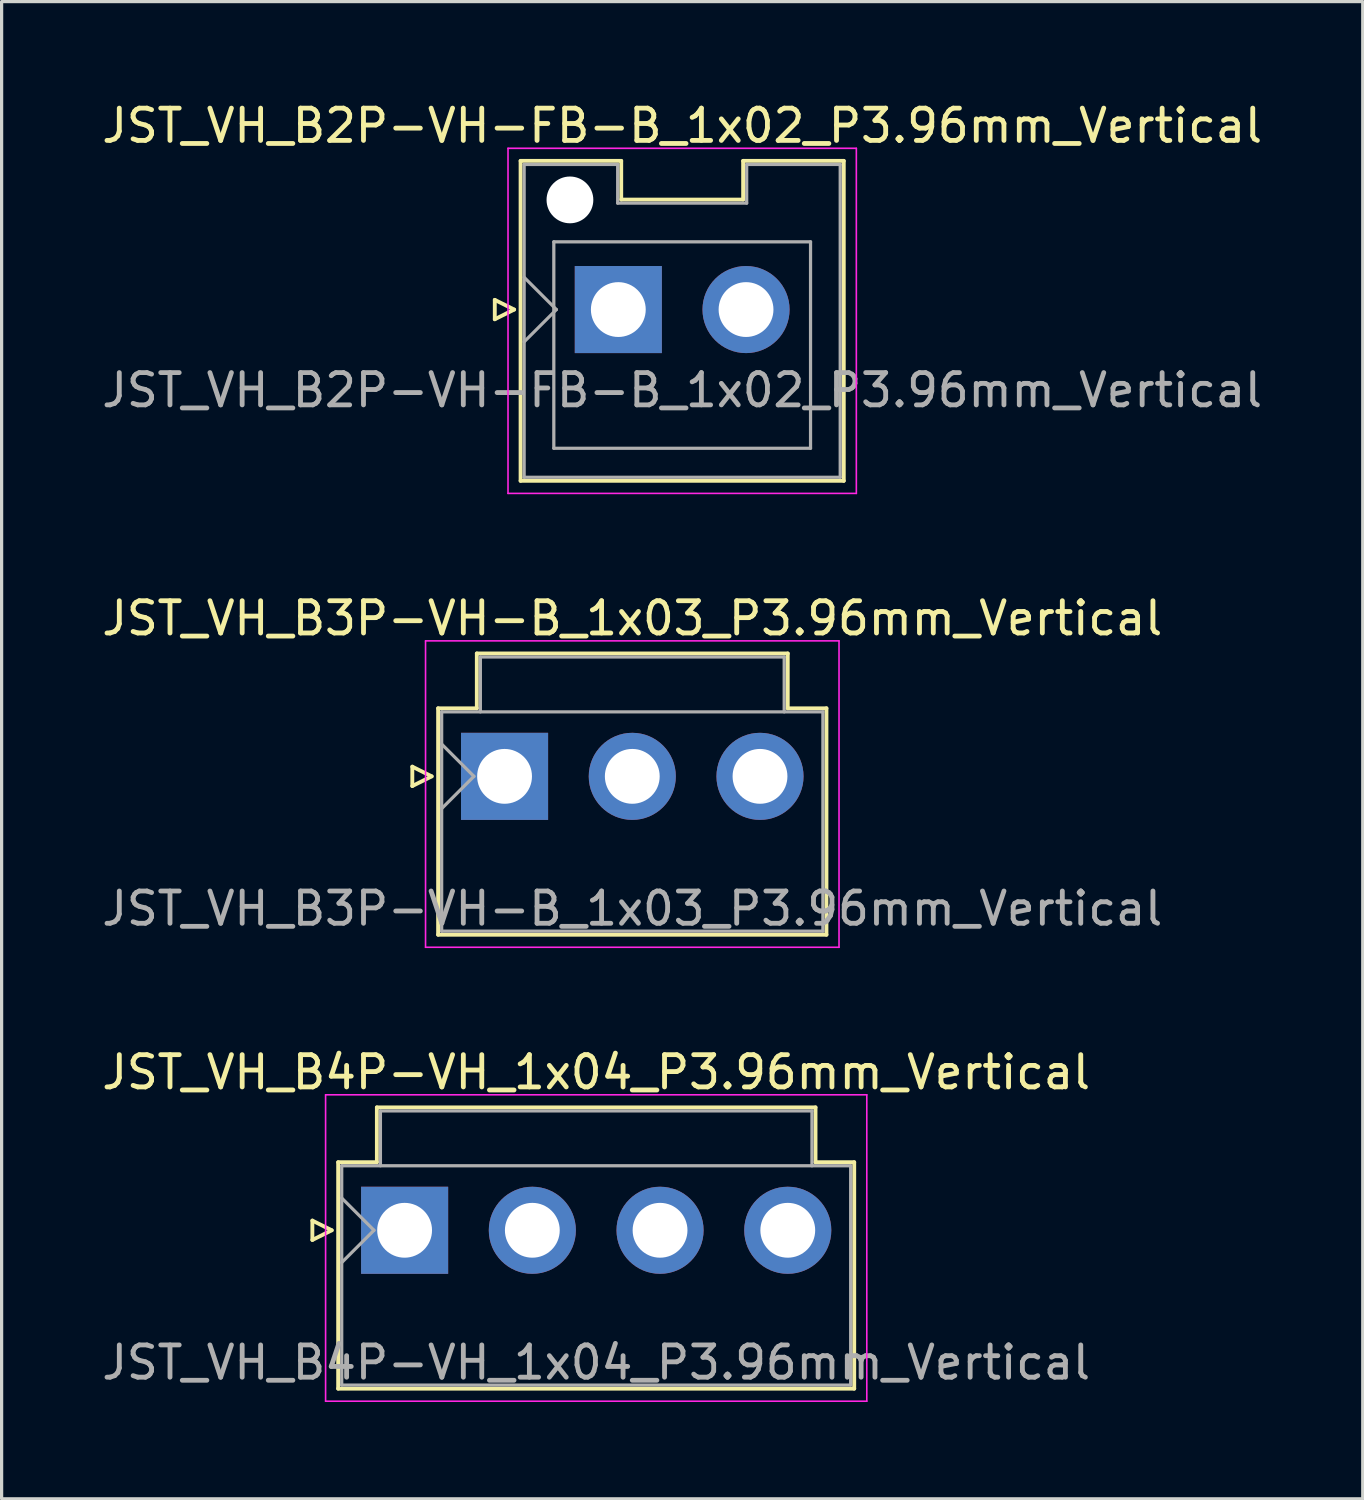
<source format=kicad_pcb>
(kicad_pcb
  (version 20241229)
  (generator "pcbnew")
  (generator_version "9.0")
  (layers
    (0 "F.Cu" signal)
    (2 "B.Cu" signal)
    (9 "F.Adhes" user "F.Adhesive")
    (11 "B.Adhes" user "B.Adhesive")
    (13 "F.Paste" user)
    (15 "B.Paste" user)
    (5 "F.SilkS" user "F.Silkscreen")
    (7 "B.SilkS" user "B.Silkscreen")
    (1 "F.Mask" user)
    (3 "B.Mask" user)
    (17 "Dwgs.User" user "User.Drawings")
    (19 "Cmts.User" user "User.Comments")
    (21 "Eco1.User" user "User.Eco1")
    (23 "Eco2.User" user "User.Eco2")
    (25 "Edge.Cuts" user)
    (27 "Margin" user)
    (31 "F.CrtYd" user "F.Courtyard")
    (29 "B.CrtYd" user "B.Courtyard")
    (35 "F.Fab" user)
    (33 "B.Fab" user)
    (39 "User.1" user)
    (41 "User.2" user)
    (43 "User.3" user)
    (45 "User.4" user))
  (footprint "JST_VH_B4P-VH_1x04_P3.96mm_Vertical"
    (layer "F.Cu")
    (at 9.495 35.095)
    (property "Reference" "JST_VH_B4P-VH_1x04_P3.96mm_Vertical" (at 5.94 -4.9 0) (layer "F.SilkS") (effects (font (size 1 1) (thickness 0.15))))
    (attr through_hole)
    (fp_line (start -2.86 -0.3) (end -2.26 0) (stroke (width 0.12) (type solid)) (layer "F.SilkS"))
    (fp_line (start -2.86 0.3) (end -2.86 -0.3) (stroke (width 0.12) (type solid)) (layer "F.SilkS"))
    (fp_line (start -2.26 0) (end -2.86 0.3) (stroke (width 0.12) (type solid)) (layer "F.SilkS"))
    (fp_line (start -2.06 -2.11) (end -0.86 -2.11) (stroke (width 0.12) (type solid)) (layer "F.SilkS"))
    (fp_line (start -2.06 4.91) (end -2.06 -2.11) (stroke (width 0.12) (type solid)) (layer "F.SilkS"))
    (fp_line (start -0.86 -3.81) (end 12.74 -3.81) (stroke (width 0.12) (type solid)) (layer "F.SilkS"))
    (fp_line (start -0.86 -2.11) (end -0.86 -3.81) (stroke (width 0.12) (type solid)) (layer "F.SilkS"))
    (fp_line (start 12.74 -3.81) (end 12.74 -2.11) (stroke (width 0.12) (type solid)) (layer "F.SilkS"))
    (fp_line (start 12.74 -2.11) (end 13.94 -2.11) (stroke (width 0.12) (type solid)) (layer "F.SilkS"))
    (fp_line (start 13.94 -2.11) (end 13.94 4.91) (stroke (width 0.12) (type solid)) (layer "F.SilkS"))
    (fp_line (start 13.94 4.91) (end -2.06 4.91) (stroke (width 0.12) (type solid)) (layer "F.SilkS"))
    (fp_line (start -2.45 -4.2) (end -2.45 5.3) (stroke (width 0.05) (type solid)) (layer "F.CrtYd"))
    (fp_line (start -2.45 5.3) (end 14.33 5.3) (stroke (width 0.05) (type solid)) (layer "F.CrtYd"))
    (fp_line (start 14.33 -4.2) (end -2.45 -4.2) (stroke (width 0.05) (type solid)) (layer "F.CrtYd"))
    (fp_line (start 14.33 5.3) (end 14.33 -4.2) (stroke (width 0.05) (type solid)) (layer "F.CrtYd"))
    (fp_line (start -1.95 -2) (end -1.95 4.8) (stroke (width 0.1) (type solid)) (layer "F.Fab"))
    (fp_line (start -1.95 -1) (end -0.95 0) (stroke (width 0.1) (type solid)) (layer "F.Fab"))
    (fp_line (start -1.95 1) (end -0.95 0) (stroke (width 0.1) (type solid)) (layer "F.Fab"))
    (fp_line (start -1.95 4.8) (end 13.83 4.8) (stroke (width 0.1) (type solid)) (layer "F.Fab"))
    (fp_line (start -0.75 -3.7) (end 12.63 -3.7) (stroke (width 0.1) (type solid)) (layer "F.Fab"))
    (fp_line (start -0.75 -2) (end -0.75 -3.7) (stroke (width 0.1) (type solid)) (layer "F.Fab"))
    (fp_line (start 12.63 -3.7) (end 12.63 -2) (stroke (width 0.1) (type solid)) (layer "F.Fab"))
    (fp_line (start 13.83 -2) (end -1.95 -2) (stroke (width 0.1) (type solid)) (layer "F.Fab"))
    (fp_line (start 13.83 4.8) (end 13.83 -2) (stroke (width 0.1) (type solid)) (layer "F.Fab"))
    (fp_text user "${REFERENCE}" (at 5.94 4.1 0) (layer "F.Fab") (effects (font (size 1 1) (thickness 0.15))))
    (pad "1" thru_hole rect (at 0 0) (size 2.7 2.7) (drill 1.7) (layers "*.Cu" "*.Mask"))
    (pad "2" thru_hole circle (at 3.96 0) (size 2.7 2.7) (drill 1.7) (layers "*.Cu" "*.Mask"))
    (pad "3" thru_hole circle (at 7.92 0) (size 2.7 2.7) (drill 1.7) (layers "*.Cu" "*.Mask"))
    (pad "4" thru_hole circle (at 11.88 0) (size 2.7 2.7) (drill 1.7) (layers "*.Cu" "*.Mask")))
  (footprint "JST_VH_B3P-VH-B_1x03_P3.96mm_Vertical"
    (layer "F.Cu")
    (at 12.594 21.021)
    (property "Reference" "JST_VH_B3P-VH-B_1x03_P3.96mm_Vertical" (at 3.96 -4.9 0) (layer "F.SilkS") (effects (font (size 1 1) (thickness 0.15))))
    (attr through_hole)
    (fp_line (start -2.86 -0.3) (end -2.26 0) (stroke (width 0.12) (type solid)) (layer "F.SilkS"))
    (fp_line (start -2.86 0.3) (end -2.86 -0.3) (stroke (width 0.12) (type solid)) (layer "F.SilkS"))
    (fp_line (start -2.26 0) (end -2.86 0.3) (stroke (width 0.12) (type solid)) (layer "F.SilkS"))
    (fp_line (start -2.06 -2.11) (end -0.86 -2.11) (stroke (width 0.12) (type solid)) (layer "F.SilkS"))
    (fp_line (start -2.06 4.91) (end -2.06 -2.11) (stroke (width 0.12) (type solid)) (layer "F.SilkS"))
    (fp_line (start -0.86 -3.81) (end 8.78 -3.81) (stroke (width 0.12) (type solid)) (layer "F.SilkS"))
    (fp_line (start -0.86 -2.11) (end -0.86 -3.81) (stroke (width 0.12) (type solid)) (layer "F.SilkS"))
    (fp_line (start 8.78 -3.81) (end 8.78 -2.11) (stroke (width 0.12) (type solid)) (layer "F.SilkS"))
    (fp_line (start 8.78 -2.11) (end 9.98 -2.11) (stroke (width 0.12) (type solid)) (layer "F.SilkS"))
    (fp_line (start 9.98 -2.11) (end 9.98 4.91) (stroke (width 0.12) (type solid)) (layer "F.SilkS"))
    (fp_line (start 9.98 4.91) (end -2.06 4.91) (stroke (width 0.12) (type solid)) (layer "F.SilkS"))
    (fp_line (start -2.45 -4.2) (end -2.45 5.3) (stroke (width 0.05) (type solid)) (layer "F.CrtYd"))
    (fp_line (start -2.45 5.3) (end 10.37 5.3) (stroke (width 0.05) (type solid)) (layer "F.CrtYd"))
    (fp_line (start 10.37 -4.2) (end -2.45 -4.2) (stroke (width 0.05) (type solid)) (layer "F.CrtYd"))
    (fp_line (start 10.37 5.3) (end 10.37 -4.2) (stroke (width 0.05) (type solid)) (layer "F.CrtYd"))
    (fp_line (start -1.95 -2) (end -1.95 4.8) (stroke (width 0.1) (type solid)) (layer "F.Fab"))
    (fp_line (start -1.95 -1) (end -0.95 0) (stroke (width 0.1) (type solid)) (layer "F.Fab"))
    (fp_line (start -1.95 1) (end -0.95 0) (stroke (width 0.1) (type solid)) (layer "F.Fab"))
    (fp_line (start -1.95 4.8) (end 9.87 4.8) (stroke (width 0.1) (type solid)) (layer "F.Fab"))
    (fp_line (start -0.75 -3.7) (end 8.67 -3.7) (stroke (width 0.1) (type solid)) (layer "F.Fab"))
    (fp_line (start -0.75 -2) (end -0.75 -3.7) (stroke (width 0.1) (type solid)) (layer "F.Fab"))
    (fp_line (start 8.67 -3.7) (end 8.67 -2) (stroke (width 0.1) (type solid)) (layer "F.Fab"))
    (fp_line (start 9.87 -2) (end -1.95 -2) (stroke (width 0.1) (type solid)) (layer "F.Fab"))
    (fp_line (start 9.87 4.8) (end 9.87 -2) (stroke (width 0.1) (type solid)) (layer "F.Fab"))
    (fp_text user "${REFERENCE}" (at 3.96 4.1 0) (layer "F.Fab") (effects (font (size 1 1) (thickness 0.15))))
    (pad "1" thru_hole rect (at 0 0) (size 2.7 2.7) (drill 1.7) (layers "*.Cu" "*.Mask"))
    (pad "2" thru_hole circle (at 3.96 0) (size 2.7 2.7) (drill 1.7) (layers "*.Cu" "*.Mask"))
    (pad "3" thru_hole circle (at 7.92 0) (size 2.7 2.7) (drill 1.7) (layers "*.Cu" "*.Mask")))
  (footprint "JST_VH_B2P-VH-FB-B_1x02_P3.96mm_Vertical"
    (layer "F.Cu")
    (at 16.121 6.548)
    (property "Reference" "JST_VH_B2P-VH-FB-B_1x02_P3.96mm_Vertical" (at 1.98 -5.7 0) (layer "F.SilkS") (effects (font (size 1 1) (thickness 0.15))))
    (attr through_hole)
    (fp_line (start -3.83 -0.3) (end -3.23 0) (stroke (width 0.12) (type solid)) (layer "F.SilkS"))
    (fp_line (start -3.83 0.3) (end -3.83 -0.3) (stroke (width 0.12) (type solid)) (layer "F.SilkS"))
    (fp_line (start -3.23 0) (end -3.83 0.3) (stroke (width 0.12) (type solid)) (layer "F.SilkS"))
    (fp_line (start -3.03 -4.61) (end 0.09 -4.61) (stroke (width 0.12) (type solid)) (layer "F.SilkS"))
    (fp_line (start -3.03 5.31) (end -3.03 -4.61) (stroke (width 0.12) (type solid)) (layer "F.SilkS"))
    (fp_line (start 0.09 -4.61) (end 0.09 -3.41) (stroke (width 0.12) (type solid)) (layer "F.SilkS"))
    (fp_line (start 0.09 -3.41) (end 3.87 -3.41) (stroke (width 0.12) (type solid)) (layer "F.SilkS"))
    (fp_line (start 3.87 -4.61) (end 6.99 -4.61) (stroke (width 0.12) (type solid)) (layer "F.SilkS"))
    (fp_line (start 3.87 -3.41) (end 3.87 -4.61) (stroke (width 0.12) (type solid)) (layer "F.SilkS"))
    (fp_line (start 6.99 -4.61) (end 6.99 5.31) (stroke (width 0.12) (type solid)) (layer "F.SilkS"))
    (fp_line (start 6.99 5.31) (end -3.03 5.31) (stroke (width 0.12) (type solid)) (layer "F.SilkS"))
    (fp_line (start -3.42 -5) (end -3.42 5.7) (stroke (width 0.05) (type solid)) (layer "F.CrtYd"))
    (fp_line (start -3.42 5.7) (end 7.38 5.7) (stroke (width 0.05) (type solid)) (layer "F.CrtYd"))
    (fp_line (start 7.38 -5) (end -3.42 -5) (stroke (width 0.05) (type solid)) (layer "F.CrtYd"))
    (fp_line (start 7.38 5.7) (end 7.38 -5) (stroke (width 0.05) (type solid)) (layer "F.CrtYd"))
    (fp_line (start -2.92 -4.5) (end -0.02 -4.5) (stroke (width 0.1) (type solid)) (layer "F.Fab"))
    (fp_line (start -2.92 -1) (end -1.92 0) (stroke (width 0.1) (type solid)) (layer "F.Fab"))
    (fp_line (start -2.92 1) (end -1.92 0) (stroke (width 0.1) (type solid)) (layer "F.Fab"))
    (fp_line (start -2.92 5.2) (end -2.92 -4.5) (stroke (width 0.1) (type solid)) (layer "F.Fab"))
    (fp_line (start -2 -2.1) (end 5.96 -2.1) (stroke (width 0.1) (type solid)) (layer "F.Fab"))
    (fp_line (start -2 4.3) (end -2 -2.1) (stroke (width 0.1) (type solid)) (layer "F.Fab"))
    (fp_line (start -0.02 -4.5) (end -0.02 -3.3) (stroke (width 0.1) (type solid)) (layer "F.Fab"))
    (fp_line (start -0.02 -3.3) (end 3.98 -3.3) (stroke (width 0.1) (type solid)) (layer "F.Fab"))
    (fp_line (start 3.98 -4.5) (end 6.88 -4.5) (stroke (width 0.1) (type solid)) (layer "F.Fab"))
    (fp_line (start 3.98 -3.3) (end 3.98 -4.5) (stroke (width 0.1) (type solid)) (layer "F.Fab"))
    (fp_line (start 5.96 -2.1) (end 5.96 4.3) (stroke (width 0.1) (type solid)) (layer "F.Fab"))
    (fp_line (start 5.96 4.3) (end -2 4.3) (stroke (width 0.1) (type solid)) (layer "F.Fab"))
    (fp_line (start 6.88 -4.5) (end 6.88 5.2) (stroke (width 0.1) (type solid)) (layer "F.Fab"))
    (fp_line (start 6.88 5.2) (end -2.92 5.2) (stroke (width 0.1) (type solid)) (layer "F.Fab"))
    (fp_text user "${REFERENCE}" (at 1.98 2.5 0) (layer "F.Fab") (effects (font (size 1 1) (thickness 0.15))))
    (pad "" np_thru_hole circle (at -1.5 -3.4) (size 1.45 1.45) (drill 1.45) (layers "*.Cu" "*.Mask"))
    (pad "1" thru_hole rect (at 0 0) (size 2.7 2.7) (drill 1.7) (layers "*.Cu" "*.Mask"))
    (pad "2" thru_hole circle (at 3.96 0) (size 2.7 2.7) (drill 1.7) (layers "*.Cu" "*.Mask")))
  (gr_rect
    (start -3 -3)
    (end 39.202 43.42)
    (stroke (width 0.1) (type default))
    (fill no)
    (layer "Edge.Cuts")))
</source>
